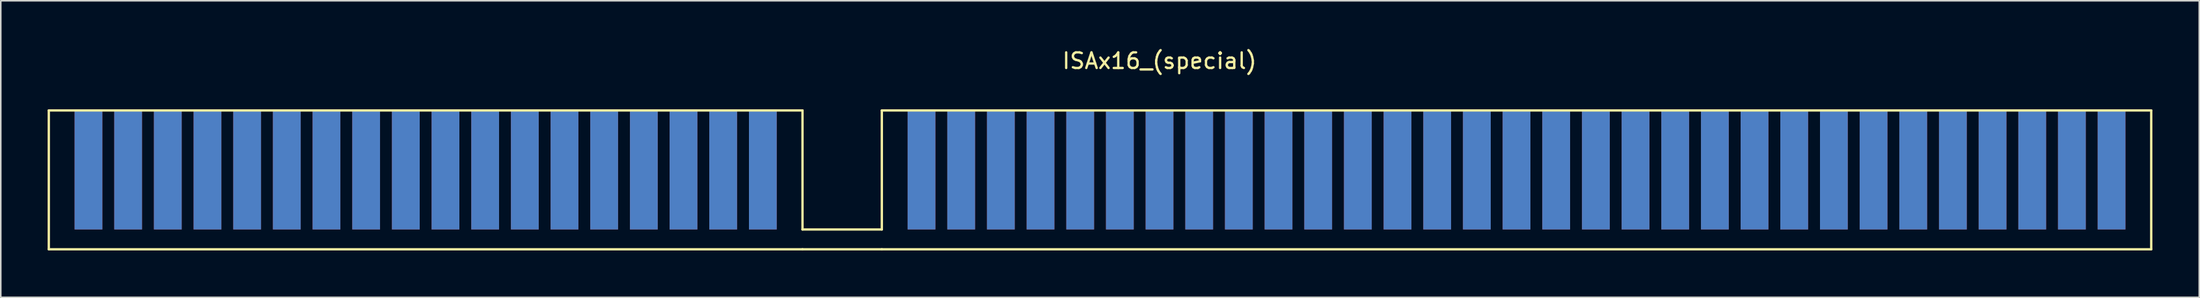
<source format=kicad_pcb>
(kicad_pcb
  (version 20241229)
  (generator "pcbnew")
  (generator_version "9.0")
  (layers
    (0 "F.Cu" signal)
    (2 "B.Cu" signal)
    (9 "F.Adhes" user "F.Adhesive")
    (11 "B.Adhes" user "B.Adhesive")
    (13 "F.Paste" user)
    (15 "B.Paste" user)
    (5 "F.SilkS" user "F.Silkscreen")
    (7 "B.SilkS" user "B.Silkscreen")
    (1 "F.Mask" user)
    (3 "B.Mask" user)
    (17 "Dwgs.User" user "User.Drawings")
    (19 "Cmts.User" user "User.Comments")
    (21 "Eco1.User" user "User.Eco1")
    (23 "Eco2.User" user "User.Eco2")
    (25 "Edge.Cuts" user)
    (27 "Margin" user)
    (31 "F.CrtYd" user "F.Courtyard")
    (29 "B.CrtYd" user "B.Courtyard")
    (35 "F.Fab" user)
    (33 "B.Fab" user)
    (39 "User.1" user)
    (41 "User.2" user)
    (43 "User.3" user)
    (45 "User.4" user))
  (footprint "ISAx16_(special)"
    (layer "F.Cu")
    (at 68.655 6.563)
    (property "Reference" "ISAx16_(special)" (at 2.54 -5.715 0) (layer "F.SilkS") (effects (font (size 1 1) (thickness 0.15))))
    (attr through_hole)
    (fp_line (start -68.58 6.35) (end -68.58 -2.54) (stroke (width 0.15) (type solid)) (layer "F.SilkS"))
    (fp_line (start -20.32 -2.54) (end -68.58 -2.54) (stroke (width 0.15) (type solid)) (layer "F.SilkS"))
    (fp_line (start -20.32 5.08) (end -20.32 -2.54) (stroke (width 0.15) (type solid)) (layer "F.SilkS"))
    (fp_line (start -20.32 5.08) (end -15.24 5.08) (stroke (width 0.15) (type solid)) (layer "F.SilkS"))
    (fp_line (start -20.32 6.35) (end -68.58 6.35) (stroke (width 0.15) (type solid)) (layer "F.SilkS"))
    (fp_line (start -15.24 -2.54) (end 66.04 -2.54) (stroke (width 0.15) (type solid)) (layer "F.SilkS"))
    (fp_line (start -15.24 5.08) (end -15.24 -2.54) (stroke (width 0.15) (type solid)) (layer "F.SilkS"))
    (fp_line (start -15.24 6.35) (end -20.32 6.35) (stroke (width 0.15) (type solid)) (layer "F.SilkS"))
    (fp_line (start 66.04 -2.54) (end 66.04 6.35) (stroke (width 0.15) (type solid)) (layer "F.SilkS"))
    (fp_line (start 66.04 6.35) (end -15.24 6.35) (stroke (width 0.15) (type solid)) (layer "F.SilkS"))
    (pad "A1" smd rect (at 63.5 1.27) (size 1.778 7.62) (layers "F.Cu" "F.Mask" "F.Paste"))
    (pad "A2" smd rect (at 60.96 1.27) (size 1.778 7.62) (layers "F.Cu" "F.Mask" "F.Paste"))
    (pad "A3" smd rect (at 58.42 1.27) (size 1.778 7.62) (layers "F.Cu" "F.Mask" "F.Paste"))
    (pad "A4" smd rect (at 55.88 1.27) (size 1.778 7.62) (layers "F.Cu" "F.Mask" "F.Paste"))
    (pad "A5" smd rect (at 53.34 1.27) (size 1.778 7.62) (layers "F.Cu" "F.Mask" "F.Paste"))
    (pad "A6" smd rect (at 50.8 1.27) (size 1.778 7.62) (layers "F.Cu" "F.Mask" "F.Paste"))
    (pad "A7" smd rect (at 48.26 1.27) (size 1.778 7.62) (layers "F.Cu" "F.Mask" "F.Paste"))
    (pad "A8" smd rect (at 45.72 1.27) (size 1.778 7.62) (layers "F.Cu" "F.Mask" "F.Paste"))
    (pad "A9" smd rect (at 43.18 1.27) (size 1.778 7.62) (layers "F.Cu" "F.Mask" "F.Paste"))
    (pad "A10" smd rect (at 40.64 1.27) (size 1.778 7.62) (layers "F.Cu" "F.Mask" "F.Paste"))
    (pad "A11" smd rect (at 38.1 1.27) (size 1.778 7.62) (layers "F.Cu" "F.Mask" "F.Paste"))
    (pad "A12" smd rect (at 35.56 1.27) (size 1.778 7.62) (layers "F.Cu" "F.Mask" "F.Paste"))
    (pad "A13" smd rect (at 33.02 1.27) (size 1.778 7.62) (layers "F.Cu" "F.Mask" "F.Paste"))
    (pad "A14" smd rect (at 30.48 1.27) (size 1.778 7.62) (layers "F.Cu" "F.Mask" "F.Paste"))
    (pad "A15" smd rect (at 27.94 1.27) (size 1.778 7.62) (layers "F.Cu" "F.Mask" "F.Paste"))
    (pad "A16" smd rect (at 25.4 1.27) (size 1.778 7.62) (layers "F.Cu" "F.Mask" "F.Paste"))
    (pad "A17" smd rect (at 22.86 1.27) (size 1.778 7.62) (layers "F.Cu" "F.Mask" "F.Paste"))
    (pad "A18" smd rect (at 20.32 1.27) (size 1.778 7.62) (layers "F.Cu" "F.Mask" "F.Paste"))
    (pad "A19" smd rect (at 17.78 1.27) (size 1.778 7.62) (layers "F.Cu" "F.Mask" "F.Paste"))
    (pad "A20" smd rect (at 15.24 1.27) (size 1.778 7.62) (layers "F.Cu" "F.Mask" "F.Paste"))
    (pad "A21" smd rect (at 12.7 1.27) (size 1.778 7.62) (layers "F.Cu" "F.Mask" "F.Paste"))
    (pad "A22" smd rect (at 10.16 1.27) (size 1.778 7.62) (layers "F.Cu" "F.Mask" "F.Paste"))
    (pad "A23" smd rect (at 7.62 1.27) (size 1.778 7.62) (layers "F.Cu" "F.Mask" "F.Paste"))
    (pad "A24" smd rect (at 5.08 1.27) (size 1.778 7.62) (layers "F.Cu" "F.Mask" "F.Paste"))
    (pad "A25" smd rect (at 2.54 1.27) (size 1.778 7.62) (layers "F.Cu" "F.Mask" "F.Paste"))
    (pad "A26" smd rect (at 0 1.27) (size 1.778 7.62) (layers "F.Cu" "F.Mask" "F.Paste"))
    (pad "A27" smd rect (at -2.54 1.27) (size 1.778 7.62) (layers "F.Cu" "F.Mask" "F.Paste"))
    (pad "A28" smd rect (at -5.08 1.27) (size 1.778 7.62) (layers "F.Cu" "F.Mask" "F.Paste"))
    (pad "A29" smd rect (at -7.62 1.27) (size 1.778 7.62) (layers "F.Cu" "F.Mask" "F.Paste"))
    (pad "A30" smd rect (at -10.16 1.27) (size 1.778 7.62) (layers "F.Cu" "F.Mask" "F.Paste"))
    (pad "A31" smd rect (at -12.7 1.27) (size 1.778 7.62) (layers "F.Cu" "F.Mask" "F.Paste"))
    (pad "B1" smd rect (at 63.5 1.27) (size 1.778 7.62) (layers "B.Cu" "B.Mask" "B.Paste"))
    (pad "B2" smd rect (at 60.96 1.27) (size 1.778 7.62) (layers "B.Cu" "B.Mask" "B.Paste"))
    (pad "B3" smd rect (at 58.42 1.27) (size 1.778 7.62) (layers "B.Cu" "B.Mask" "B.Paste"))
    (pad "B4" smd rect (at 55.88 1.27) (size 1.778 7.62) (layers "B.Cu" "B.Mask" "B.Paste"))
    (pad "B5" smd rect (at 53.34 1.27) (size 1.778 7.62) (layers "B.Cu" "B.Mask" "B.Paste"))
    (pad "B6" smd rect (at 50.8 1.27) (size 1.778 7.62) (layers "B.Cu" "B.Mask" "B.Paste"))
    (pad "B7" smd rect (at 48.26 1.27) (size 1.778 7.62) (layers "B.Cu" "B.Mask" "B.Paste"))
    (pad "B8" smd rect (at 45.72 1.27) (size 1.778 7.62) (layers "B.Cu" "B.Mask" "B.Paste"))
    (pad "B9" smd rect (at 43.18 1.27) (size 1.778 7.62) (layers "B.Cu" "B.Mask" "B.Paste"))
    (pad "B10" smd rect (at 40.64 1.27) (size 1.778 7.62) (layers "B.Cu" "B.Mask" "B.Paste"))
    (pad "B11" smd rect (at 38.1 1.27) (size 1.778 7.62) (layers "B.Cu" "B.Mask" "B.Paste"))
    (pad "B12" smd rect (at 35.56 1.27) (size 1.778 7.62) (layers "B.Cu" "B.Mask" "B.Paste"))
    (pad "B13" smd rect (at 33.02 1.27) (size 1.778 7.62) (layers "B.Cu" "B.Mask" "B.Paste"))
    (pad "B14" smd rect (at 30.48 1.27) (size 1.778 7.62) (layers "B.Cu" "B.Mask" "B.Paste"))
    (pad "B15" smd rect (at 27.94 1.27) (size 1.778 7.62) (layers "B.Cu" "B.Mask" "B.Paste"))
    (pad "B16" smd rect (at 25.4 1.27) (size 1.778 7.62) (layers "B.Cu" "B.Mask" "B.Paste"))
    (pad "B17" smd rect (at 22.86 1.27) (size 1.778 7.62) (layers "B.Cu" "B.Mask" "B.Paste"))
    (pad "B18" smd rect (at 20.32 1.27) (size 1.778 7.62) (layers "B.Cu" "B.Mask" "B.Paste"))
    (pad "B19" smd rect (at 17.78 1.27) (size 1.778 7.62) (layers "B.Cu" "B.Mask" "B.Paste"))
    (pad "B20" smd rect (at 15.24 1.27) (size 1.778 7.62) (layers "B.Cu" "B.Mask" "B.Paste"))
    (pad "B21" smd rect (at 12.7 1.27) (size 1.778 7.62) (layers "B.Cu" "B.Mask" "B.Paste"))
    (pad "B22" smd rect (at 10.16 1.27) (size 1.778 7.62) (layers "B.Cu" "B.Mask" "B.Paste"))
    (pad "B23" smd rect (at 7.62 1.27) (size 1.778 7.62) (layers "B.Cu" "B.Mask" "B.Paste"))
    (pad "B24" smd rect (at 5.08 1.27) (size 1.778 7.62) (layers "B.Cu" "B.Mask" "B.Paste"))
    (pad "B25" smd rect (at 2.54 1.27) (size 1.778 7.62) (layers "B.Cu" "B.Mask" "B.Paste"))
    (pad "B26" smd rect (at 0 1.27) (size 1.778 7.62) (layers "B.Cu" "B.Mask" "B.Paste"))
    (pad "B27" smd rect (at -2.54 1.27) (size 1.778 7.62) (layers "B.Cu" "B.Mask" "B.Paste"))
    (pad "B28" smd rect (at -5.08 1.27) (size 1.778 7.62) (layers "B.Cu" "B.Mask" "B.Paste"))
    (pad "B29" smd rect (at -7.62 1.27) (size 1.778 7.62) (layers "B.Cu" "B.Mask" "B.Paste"))
    (pad "B30" smd rect (at -10.16 1.27) (size 1.778 7.62) (layers "B.Cu" "B.Mask" "B.Paste"))
    (pad "B31" smd rect (at -12.7 1.27) (size 1.778 7.62) (layers "B.Cu" "B.Mask" "B.Paste"))
    (pad "C1" smd rect (at -22.86 1.27) (size 1.778 7.62) (layers "F.Cu" "F.Mask" "F.Paste"))
    (pad "C2" smd rect (at -25.4 1.27) (size 1.778 7.62) (layers "F.Cu" "F.Mask" "F.Paste"))
    (pad "C3" smd rect (at -27.94 1.27) (size 1.778 7.62) (layers "F.Cu" "F.Mask" "F.Paste"))
    (pad "C4" smd rect (at -30.48 1.27) (size 1.778 7.62) (layers "F.Cu" "F.Mask" "F.Paste"))
    (pad "C5" smd rect (at -33.02 1.27) (size 1.778 7.62) (layers "F.Cu" "F.Mask" "F.Paste"))
    (pad "C6" smd rect (at -35.56 1.27) (size 1.778 7.62) (layers "F.Cu" "F.Mask" "F.Paste"))
    (pad "C7" smd rect (at -38.1 1.27) (size 1.778 7.62) (layers "F.Cu" "F.Mask" "F.Paste"))
    (pad "C8" smd rect (at -40.64 1.27) (size 1.778 7.62) (layers "F.Cu" "F.Mask" "F.Paste"))
    (pad "C9" smd rect (at -43.18 1.27) (size 1.778 7.62) (layers "F.Cu" "F.Mask" "F.Paste"))
    (pad "C10" smd rect (at -45.72 1.27) (size 1.778 7.62) (layers "F.Cu" "F.Mask" "F.Paste"))
    (pad "C11" smd rect (at -48.26 1.27) (size 1.778 7.62) (layers "F.Cu" "F.Mask" "F.Paste"))
    (pad "C12" smd rect (at -50.8 1.27) (size 1.778 7.62) (layers "F.Cu" "F.Mask" "F.Paste"))
    (pad "C13" smd rect (at -53.34 1.27) (size 1.778 7.62) (layers "F.Cu" "F.Mask" "F.Paste"))
    (pad "C14" smd rect (at -55.88 1.27) (size 1.778 7.62) (layers "F.Cu" "F.Mask" "F.Paste"))
    (pad "C15" smd rect (at -58.42 1.27) (size 1.778 7.62) (layers "F.Cu" "F.Mask" "F.Paste"))
    (pad "C16" smd rect (at -60.96 1.27) (size 1.778 7.62) (layers "F.Cu" "F.Mask" "F.Paste"))
    (pad "C17" smd rect (at -63.5 1.27) (size 1.778 7.62) (layers "F.Cu" "F.Mask" "F.Paste"))
    (pad "C18" smd rect (at -66.04 1.27) (size 1.778 7.62) (layers "F.Cu" "F.Mask" "F.Paste"))
    (pad "D1" smd rect (at -22.86 1.27) (size 1.778 7.62) (layers "B.Cu" "B.Mask" "B.Paste"))
    (pad "D2" smd rect (at -25.4 1.27) (size 1.778 7.62) (layers "B.Cu" "B.Mask" "B.Paste"))
    (pad "D3" smd rect (at -27.94 1.27) (size 1.778 7.62) (layers "B.Cu" "B.Mask" "B.Paste"))
    (pad "D4" smd rect (at -30.48 1.27) (size 1.778 7.62) (layers "B.Cu" "B.Mask" "B.Paste"))
    (pad "D5" smd rect (at -33.02 1.27) (size 1.778 7.62) (layers "B.Cu" "B.Mask" "B.Paste"))
    (pad "D6" smd rect (at -35.56 1.27) (size 1.778 7.62) (layers "B.Cu" "B.Mask" "B.Paste"))
    (pad "D7" smd rect (at -38.1 1.27) (size 1.778 7.62) (layers "B.Cu" "B.Mask" "B.Paste"))
    (pad "D8" smd rect (at -40.64 1.27) (size 1.778 7.62) (layers "B.Cu" "B.Mask" "B.Paste"))
    (pad "D9" smd rect (at -43.18 1.27) (size 1.778 7.62) (layers "B.Cu" "B.Mask" "B.Paste"))
    (pad "D10" smd rect (at -45.72 1.27) (size 1.778 7.62) (layers "B.Cu" "B.Mask" "B.Paste"))
    (pad "D11" smd rect (at -48.26 1.27) (size 1.778 7.62) (layers "B.Cu" "B.Mask" "B.Paste"))
    (pad "D12" smd rect (at -50.8 1.27) (size 1.778 7.62) (layers "B.Cu" "B.Mask" "B.Paste"))
    (pad "D13" smd rect (at -53.34 1.27) (size 1.778 7.62) (layers "B.Cu" "B.Mask" "B.Paste"))
    (pad "D14" smd rect (at -55.88 1.27) (size 1.778 7.62) (layers "B.Cu" "B.Mask" "B.Paste"))
    (pad "D15" smd rect (at -58.42 1.27) (size 1.778 7.62) (layers "B.Cu" "B.Mask" "B.Paste"))
    (pad "D16" smd rect (at -60.96 1.27) (size 1.778 7.62) (layers "B.Cu" "B.Mask" "B.Paste"))
    (pad "D17" smd rect (at -63.5 1.27) (size 1.778 7.62) (layers "B.Cu" "B.Mask" "B.Paste"))
    (pad "D18" smd rect (at -66.04 1.27) (size 1.778 7.62) (layers "B.Cu" "B.Mask" "B.Paste")))
  (gr_rect
    (start -3 -3)
    (end 137.77 15.988)
    (stroke (width 0.1) (type default))
    (fill no)
    (layer "Edge.Cuts")))
</source>
